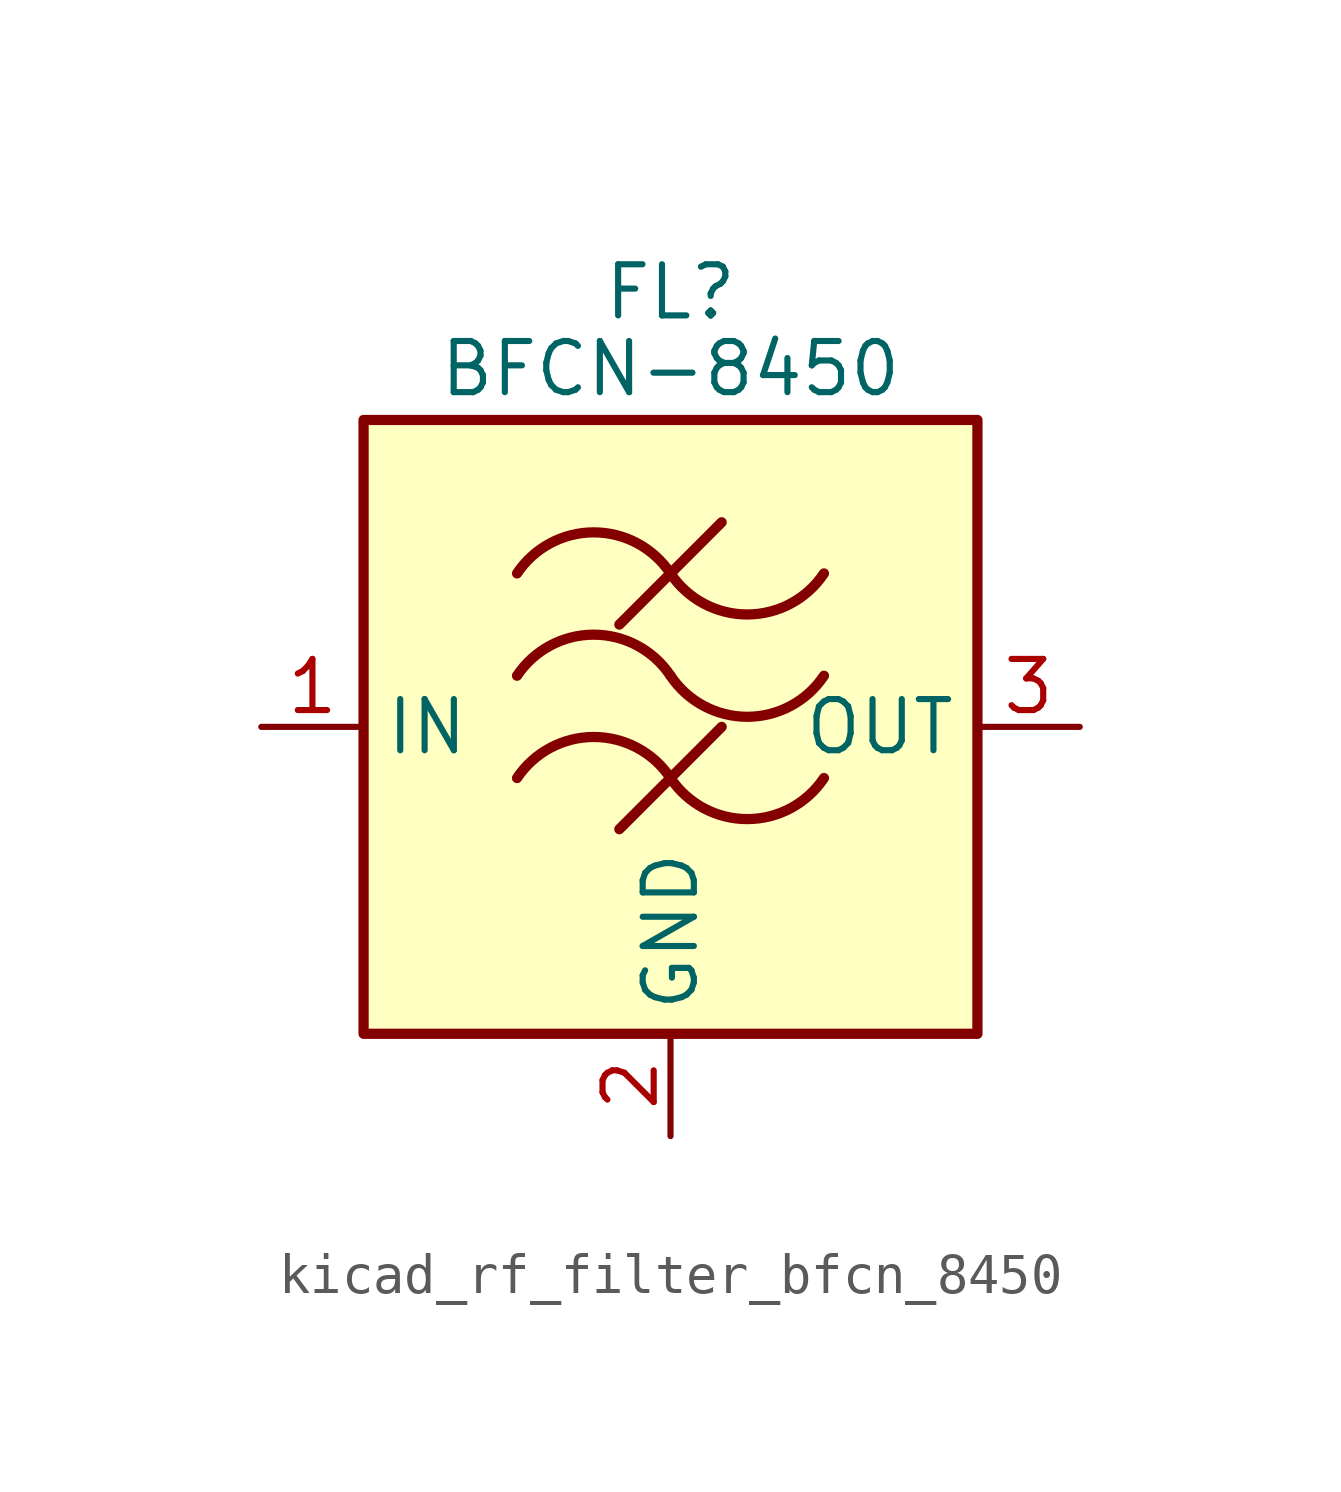
<source format=kicad_sym>
(kicad_symbol_lib
  (version 20220914)
  (generator kicad_symbol_editor)
  (symbol "kicad_rf_filter_bfcn_8450"
    (property "Reference" "FL"
      (at 0 10.795 0)
      (effects (font (size 1.27 1.27))))
    (property "Value" "BFCN-8450"
      (at 0 8.89 0)
      (effects (font (size 1.27 1.27))))
    (symbol "kicad_rf_filter_bfcn_8450_0_1"
      (rectangle (start -7.62 7.62) (end 7.62 -7.62) (stroke (width 0.254) (type default)) (fill (type background)))
      (arc (start 0 -1.27) (mid -1.905 -0.2505) (end -3.81 -1.27) (stroke (width 0.254) (type default)) (fill (type none)))
      (arc (start 0 -1.27) (mid 1.905 -2.2895) (end 3.81 -1.27) (stroke (width 0.254) (type default)) (fill (type none)))
      (polyline (pts (xy -1.27 -2.54) (xy 1.27 0)) (stroke (width 0.254) (type default)) (fill (type none)))
      (polyline (pts (xy -1.27 2.54) (xy 1.27 5.08)) (stroke (width 0.254) (type default)) (fill (type none)))
      (arc (start 0 1.27) (mid -1.905 2.2895) (end -3.81 1.27) (stroke (width 0.254) (type default)) (fill (type none)))
      (arc (start 0 1.27) (mid 1.905 0.2505) (end 3.81 1.27) (stroke (width 0.254) (type default)) (fill (type none)))
      (arc (start 0 3.81) (mid -1.905 4.8295) (end -3.81 3.81) (stroke (width 0.254) (type default)) (fill (type none)))
      (arc (start 0 3.81) (mid 1.905 2.7905) (end 3.81 3.81) (stroke (width 0.254) (type default)) (fill (type none))))
    (symbol "kicad_rf_filter_bfcn_8450_1_1"
      (pin passive line (at -10.16 0 0) (length 2.54) (name "IN" (effects (font (size 1.27 1.27)))) (number "1" (effects (font (size 1.27 1.27)))))
      (pin passive line (at 0 -10.16 90) (length 2.54) (name "GND" (effects (font (size 1.27 1.27)))) (number "2" (effects (font (size 1.27 1.27)))))
      (pin passive line (at 10.16 0 180) (length 2.54) (name "OUT" (effects (font (size 1.27 1.27)))) (number "3" (effects (font (size 1.27 1.27)))))
      (pin passive line (at 0 -10.16 90) (length 2.54) hide (name "GND" (effects (font (size 1.27 1.27)))) (number "4" (effects (font (size 1.27 1.27))))))))
</source>
